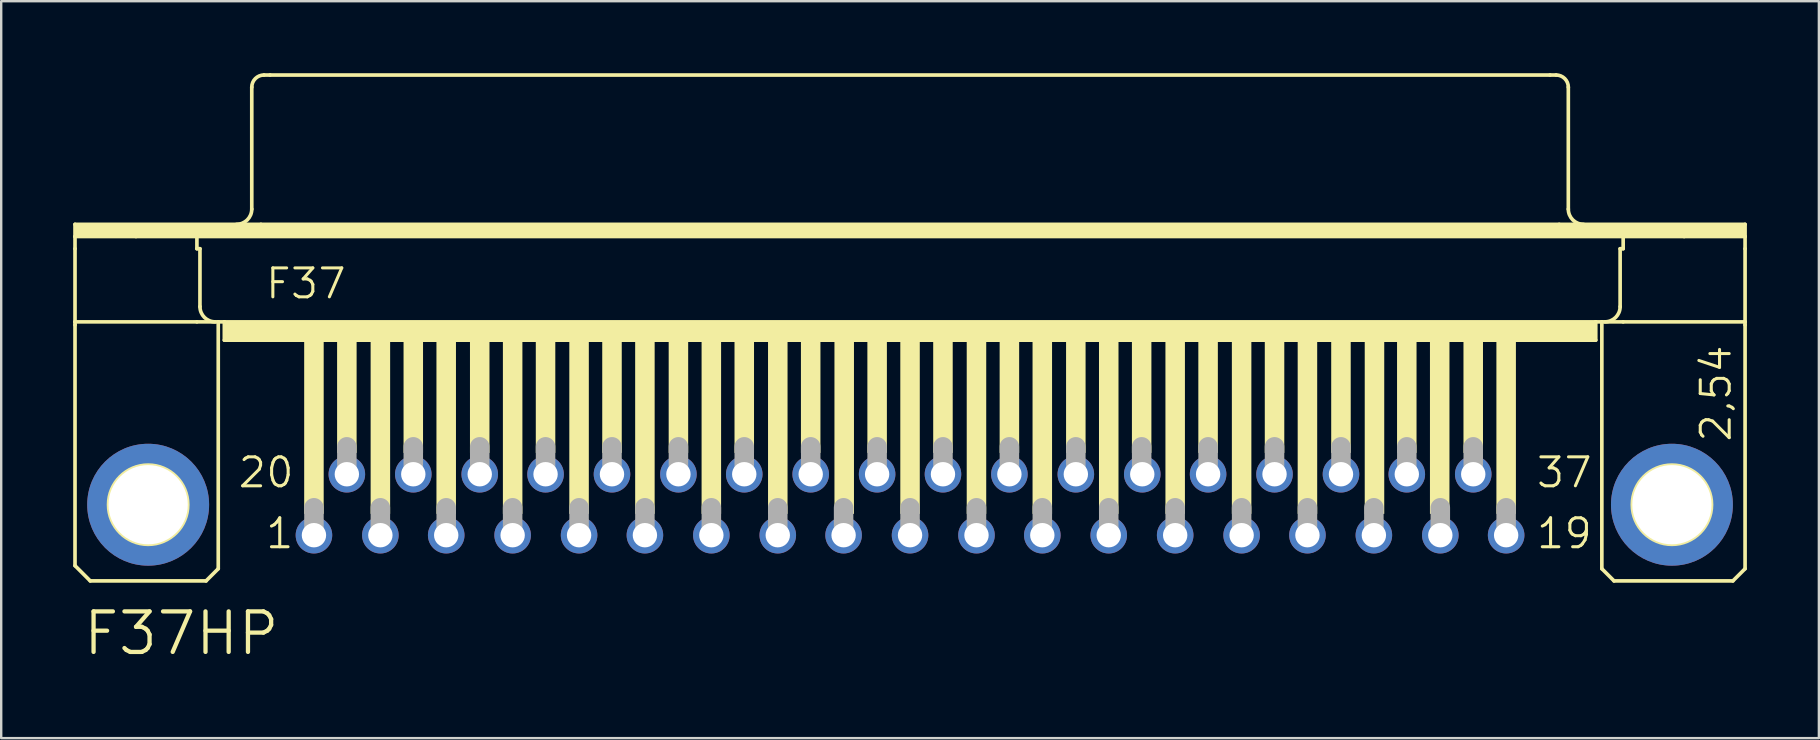
<source format=kicad_pcb>
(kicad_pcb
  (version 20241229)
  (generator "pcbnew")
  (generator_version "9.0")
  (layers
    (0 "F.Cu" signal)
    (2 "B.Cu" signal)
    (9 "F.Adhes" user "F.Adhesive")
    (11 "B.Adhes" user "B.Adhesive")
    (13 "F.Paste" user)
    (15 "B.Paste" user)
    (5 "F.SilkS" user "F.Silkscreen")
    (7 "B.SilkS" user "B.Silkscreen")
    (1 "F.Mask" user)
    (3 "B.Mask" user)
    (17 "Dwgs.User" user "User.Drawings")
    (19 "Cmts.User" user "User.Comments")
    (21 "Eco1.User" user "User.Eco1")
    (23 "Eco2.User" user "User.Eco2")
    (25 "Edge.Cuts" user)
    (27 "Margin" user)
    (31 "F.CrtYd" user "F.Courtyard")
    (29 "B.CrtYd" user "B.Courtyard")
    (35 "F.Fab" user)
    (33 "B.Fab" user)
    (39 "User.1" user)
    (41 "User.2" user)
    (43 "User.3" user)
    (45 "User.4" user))
  (footprint "F37HP"
    (layer "F.Cu")
    (at 34.874 17.983)
    (property "Reference" "F37HP" (at -34.544 6.35 0) (layer "F.SilkS") (effects (font (size 1.689 1.689) (thickness 0.178)) (justify left bottom)))
    (attr through_hole)
    (fp_line (start -34.798 -11.684) (end -27.051 -11.684) (stroke (width 0.152) (type solid)) (layer "F.SilkS"))
    (fp_line (start -34.798 -11.176) (end -34.798 -11.684) (stroke (width 0.152) (type solid)) (layer "F.SilkS"))
    (fp_line (start -34.798 -11.176) (end -32.258 -11.176) (stroke (width 0.152) (type solid)) (layer "F.SilkS"))
    (fp_line (start -34.798 -10.668) (end -34.798 -11.176) (stroke (width 0.152) (type solid)) (layer "F.SilkS"))
    (fp_line (start -34.798 -7.62) (end -34.798 -10.668) (stroke (width 0.152) (type solid)) (layer "F.SilkS"))
    (fp_line (start -34.798 -7.62) (end -34.798 -7.493) (stroke (width 0.152) (type solid)) (layer "F.SilkS"))
    (fp_line (start -34.798 -7.62) (end -29.718 -7.62) (stroke (width 0.152) (type solid)) (layer "F.SilkS"))
    (fp_line (start -34.798 2.54) (end -34.798 -7.493) (stroke (width 0.152) (type solid)) (layer "F.SilkS"))
    (fp_line (start -34.163 3.175) (end -34.798 2.54) (stroke (width 0.152) (type solid)) (layer "F.SilkS"))
    (fp_line (start -32.258 -11.176) (end -29.718 -11.176) (stroke (width 0.152) (type solid)) (layer "F.SilkS"))
    (fp_line (start -29.718 -11.176) (end 29.718 -11.176) (stroke (width 0.152) (type solid)) (layer "F.SilkS"))
    (fp_line (start -29.718 -10.668) (end -29.718 -11.176) (stroke (width 0.152) (type solid)) (layer "F.SilkS"))
    (fp_line (start -29.718 -10.668) (end -29.591 -10.668) (stroke (width 0.152) (type solid)) (layer "F.SilkS"))
    (fp_line (start -29.718 -7.62) (end -28.829 -7.62) (stroke (width 0.152) (type solid)) (layer "F.SilkS"))
    (fp_line (start -29.591 -8.255) (end -29.591 -10.668) (stroke (width 0.152) (type solid)) (layer "F.SilkS"))
    (fp_line (start -29.337 3.175) (end -34.163 3.175) (stroke (width 0.152) (type solid)) (layer "F.SilkS"))
    (fp_line (start -29.337 3.175) (end -28.829 2.667) (stroke (width 0.152) (type solid)) (layer "F.SilkS"))
    (fp_line (start -28.829 -7.62) (end -28.575 -7.62) (stroke (width 0.152) (type solid)) (layer "F.SilkS"))
    (fp_line (start -28.829 2.667) (end -28.829 -7.62) (stroke (width 0.152) (type solid)) (layer "F.SilkS"))
    (fp_line (start -28.575 -7.62) (end -28.575 -6.858) (stroke (width 0.152) (type solid)) (layer "F.SilkS"))
    (fp_line (start -28.575 -7.62) (end 28.575 -7.62) (stroke (width 0.152) (type solid)) (layer "F.SilkS"))
    (fp_line (start -28.575 -6.858) (end 28.575 -6.858) (stroke (width 0.152) (type solid)) (layer "F.SilkS"))
    (fp_line (start -27.432 -12.319) (end -27.432 -17.399) (stroke (width 0.152) (type solid)) (layer "F.SilkS"))
    (fp_line (start -27.051 -11.684) (end 27.051 -11.684) (stroke (width 0.152) (type solid)) (layer "F.SilkS"))
    (fp_line (start -26.924 -17.907) (end -26.67 -17.907) (stroke (width 0.152) (type solid)) (layer "F.SilkS"))
    (fp_line (start -26.67 -17.907) (end 26.67 -17.907) (stroke (width 0.152) (type solid)) (layer "F.SilkS"))
    (fp_line (start 26.67 -17.907) (end 26.924 -17.907) (stroke (width 0.152) (type solid)) (layer "F.SilkS"))
    (fp_line (start 27.051 -11.684) (end 34.798 -11.684) (stroke (width 0.152) (type solid)) (layer "F.SilkS"))
    (fp_line (start 27.432 -12.319) (end 27.432 -17.399) (stroke (width 0.152) (type solid)) (layer "F.SilkS"))
    (fp_line (start 28.575 -7.62) (end 28.575 -6.858) (stroke (width 0.152) (type solid)) (layer "F.SilkS"))
    (fp_line (start 28.575 -7.62) (end 28.829 -7.62) (stroke (width 0.152) (type solid)) (layer "F.SilkS"))
    (fp_line (start 28.829 -7.62) (end 29.718 -7.62) (stroke (width 0.152) (type solid)) (layer "F.SilkS"))
    (fp_line (start 28.829 2.667) (end 28.829 -7.62) (stroke (width 0.152) (type solid)) (layer "F.SilkS"))
    (fp_line (start 28.829 2.667) (end 29.337 3.175) (stroke (width 0.152) (type solid)) (layer "F.SilkS"))
    (fp_line (start 29.337 3.175) (end 34.29 3.175) (stroke (width 0.152) (type solid)) (layer "F.SilkS"))
    (fp_line (start 29.591 -10.668) (end 29.718 -10.668) (stroke (width 0.152) (type solid)) (layer "F.SilkS"))
    (fp_line (start 29.591 -8.255) (end 29.591 -10.668) (stroke (width 0.152) (type solid)) (layer "F.SilkS"))
    (fp_line (start 29.718 -11.176) (end 32.258 -11.176) (stroke (width 0.152) (type solid)) (layer "F.SilkS"))
    (fp_line (start 29.718 -10.668) (end 29.718 -11.176) (stroke (width 0.152) (type solid)) (layer "F.SilkS"))
    (fp_line (start 29.718 -7.62) (end 34.798 -7.62) (stroke (width 0.152) (type solid)) (layer "F.SilkS"))
    (fp_line (start 32.258 -11.176) (end 34.798 -11.176) (stroke (width 0.152) (type solid)) (layer "F.SilkS"))
    (fp_line (start 34.29 3.175) (end 34.798 2.667) (stroke (width 0.152) (type solid)) (layer "F.SilkS"))
    (fp_line (start 34.798 -11.684) (end 34.798 -11.176) (stroke (width 0.152) (type solid)) (layer "F.SilkS"))
    (fp_line (start 34.798 -11.176) (end 34.798 -10.668) (stroke (width 0.152) (type solid)) (layer "F.SilkS"))
    (fp_line (start 34.798 -10.668) (end 34.798 -7.62) (stroke (width 0.152) (type solid)) (layer "F.SilkS"))
    (fp_line (start 34.798 -7.62) (end 34.798 -7.493) (stroke (width 0.152) (type solid)) (layer "F.SilkS"))
    (fp_line (start 34.798 2.667) (end 34.798 -7.493) (stroke (width 0.152) (type solid)) (layer "F.SilkS"))
    (fp_arc (start -28.956 -7.62) (mid -29.405013 -7.805987) (end -29.591 -8.255) (stroke (width 0.1524) (type solid)) (layer "F.SilkS"))
    (fp_arc (start -27.432 -17.399) (mid -27.28321 -17.75821) (end -26.924 -17.907) (stroke (width 0.1524) (type solid)) (layer "F.SilkS"))
    (fp_arc (start -27.432 -12.319) (mid -27.617987 -11.869987) (end -28.067 -11.684) (stroke (width 0.1524) (type solid)) (layer "F.SilkS"))
    (fp_arc (start 26.924 -17.907) (mid 27.28321 -17.75821) (end 27.432 -17.399) (stroke (width 0.1524) (type solid)) (layer "F.SilkS"))
    (fp_arc (start 28.067 -11.684) (mid 27.617987 -11.869987) (end 27.432 -12.319) (stroke (width 0.1524) (type solid)) (layer "F.SilkS"))
    (fp_arc (start 29.591 -8.255) (mid 29.405013 -7.805987) (end 28.956 -7.62) (stroke (width 0.1524) (type solid)) (layer "F.SilkS"))
    (fp_circle (center -31.75 0) (end -30.099 0) (stroke (width 0.152) (type solid)) (fill no) (layer "F.SilkS"))
    (fp_circle (center 31.75 0) (end 33.401 0) (stroke (width 0.152) (type solid)) (fill no) (layer "F.SilkS"))
    (fp_poly (pts (xy -34.798 -11.176) (xy 34.798 -11.176) (xy 34.798 -11.684) (xy -34.798 -11.684)) (stroke (width 0) (type solid)) (fill yes) (layer "F.SilkS"))
    (fp_poly (pts (xy -28.575 -6.858) (xy 28.575 -6.858) (xy 28.575 -7.62) (xy -28.575 -7.62)) (stroke (width 0) (type solid)) (fill yes) (layer "F.SilkS"))
    (fp_poly (pts (xy -25.248 0.381) (xy -24.435 0.381) (xy -24.435 -6.858) (xy -25.248 -6.858)) (stroke (width 0) (type solid)) (fill yes) (layer "F.SilkS"))
    (fp_poly (pts (xy -23.876 -2.159) (xy -23.063 -2.159) (xy -23.063 -6.858) (xy -23.876 -6.858)) (stroke (width 0) (type solid)) (fill yes) (layer "F.SilkS"))
    (fp_poly (pts (xy -22.479 0.381) (xy -21.666 0.381) (xy -21.666 -6.858) (xy -22.479 -6.858)) (stroke (width 0) (type solid)) (fill yes) (layer "F.SilkS"))
    (fp_poly (pts (xy -21.107 -2.159) (xy -20.295 -2.159) (xy -20.295 -6.858) (xy -21.107 -6.858)) (stroke (width 0) (type solid)) (fill yes) (layer "F.SilkS"))
    (fp_poly (pts (xy -19.736 0.381) (xy -18.923 0.381) (xy -18.923 -6.858) (xy -19.736 -6.858)) (stroke (width 0) (type solid)) (fill yes) (layer "F.SilkS"))
    (fp_poly (pts (xy -18.339 -2.159) (xy -17.526 -2.159) (xy -17.526 -6.858) (xy -18.339 -6.858)) (stroke (width 0) (type solid)) (fill yes) (layer "F.SilkS"))
    (fp_poly (pts (xy -16.967 0.381) (xy -16.154 0.381) (xy -16.154 -6.858) (xy -16.967 -6.858)) (stroke (width 0) (type solid)) (fill yes) (layer "F.SilkS"))
    (fp_poly (pts (xy -15.596 -2.159) (xy -14.783 -2.159) (xy -14.783 -6.858) (xy -15.596 -6.858)) (stroke (width 0) (type solid)) (fill yes) (layer "F.SilkS"))
    (fp_poly (pts (xy -14.199 0.381) (xy -13.386 0.381) (xy -13.386 -6.858) (xy -14.199 -6.858)) (stroke (width 0) (type solid)) (fill yes) (layer "F.SilkS"))
    (fp_poly (pts (xy -12.827 -2.159) (xy -12.014 -2.159) (xy -12.014 -6.858) (xy -12.827 -6.858)) (stroke (width 0) (type solid)) (fill yes) (layer "F.SilkS"))
    (fp_poly (pts (xy -11.455 0.381) (xy -10.643 0.381) (xy -10.643 -6.858) (xy -11.455 -6.858)) (stroke (width 0) (type solid)) (fill yes) (layer "F.SilkS"))
    (fp_poly (pts (xy -10.058 -2.159) (xy -9.246 -2.159) (xy -9.246 -6.858) (xy -10.058 -6.858)) (stroke (width 0) (type solid)) (fill yes) (layer "F.SilkS"))
    (fp_poly (pts (xy -8.687 0.381) (xy -7.874 0.381) (xy -7.874 -6.858) (xy -8.687 -6.858)) (stroke (width 0) (type solid)) (fill yes) (layer "F.SilkS"))
    (fp_poly (pts (xy -7.315 -2.159) (xy -6.502 -2.159) (xy -6.502 -6.858) (xy -7.315 -6.858)) (stroke (width 0) (type solid)) (fill yes) (layer "F.SilkS"))
    (fp_poly (pts (xy -5.918 0.381) (xy -5.105 0.381) (xy -5.105 -6.858) (xy -5.918 -6.858)) (stroke (width 0) (type solid)) (fill yes) (layer "F.SilkS"))
    (fp_poly (pts (xy -4.547 -2.159) (xy -3.734 -2.159) (xy -3.734 -6.858) (xy -4.547 -6.858)) (stroke (width 0) (type solid)) (fill yes) (layer "F.SilkS"))
    (fp_poly (pts (xy -3.15 0.381) (xy -2.337 0.381) (xy -2.337 -6.858) (xy -3.15 -6.858)) (stroke (width 0) (type solid)) (fill yes) (layer "F.SilkS"))
    (fp_poly (pts (xy -1.778 -2.159) (xy -0.965 -2.159) (xy -0.965 -6.858) (xy -1.778 -6.858)) (stroke (width 0) (type solid)) (fill yes) (layer "F.SilkS"))
    (fp_poly (pts (xy -0.406 0.381) (xy 0.406 0.381) (xy 0.406 -6.858) (xy -0.406 -6.858)) (stroke (width 0) (type solid)) (fill yes) (layer "F.SilkS"))
    (fp_poly (pts (xy 0.965 -2.159) (xy 1.778 -2.159) (xy 1.778 -6.858) (xy 0.965 -6.858)) (stroke (width 0) (type solid)) (fill yes) (layer "F.SilkS"))
    (fp_poly (pts (xy 2.362 0.381) (xy 3.175 0.381) (xy 3.175 -6.858) (xy 2.362 -6.858)) (stroke (width 0) (type solid)) (fill yes) (layer "F.SilkS"))
    (fp_poly (pts (xy 3.734 -2.159) (xy 4.547 -2.159) (xy 4.547 -6.858) (xy 3.734 -6.858)) (stroke (width 0) (type solid)) (fill yes) (layer "F.SilkS"))
    (fp_poly (pts (xy 5.105 0.381) (xy 5.918 0.381) (xy 5.918 -6.858) (xy 5.105 -6.858)) (stroke (width 0) (type solid)) (fill yes) (layer "F.SilkS"))
    (fp_poly (pts (xy 6.502 -2.159) (xy 7.315 -2.159) (xy 7.315 -6.858) (xy 6.502 -6.858)) (stroke (width 0) (type solid)) (fill yes) (layer "F.SilkS"))
    (fp_poly (pts (xy 7.874 0.381) (xy 8.687 0.381) (xy 8.687 -6.858) (xy 7.874 -6.858)) (stroke (width 0) (type solid)) (fill yes) (layer "F.SilkS"))
    (fp_poly (pts (xy 9.246 -2.159) (xy 10.058 -2.159) (xy 10.058 -6.858) (xy 9.246 -6.858)) (stroke (width 0) (type solid)) (fill yes) (layer "F.SilkS"))
    (fp_poly (pts (xy 10.643 0.381) (xy 11.455 0.381) (xy 11.455 -6.858) (xy 10.643 -6.858)) (stroke (width 0) (type solid)) (fill yes) (layer "F.SilkS"))
    (fp_poly (pts (xy 12.014 -2.159) (xy 12.827 -2.159) (xy 12.827 -6.858) (xy 12.014 -6.858)) (stroke (width 0) (type solid)) (fill yes) (layer "F.SilkS"))
    (fp_poly (pts (xy 13.411 0.381) (xy 14.224 0.381) (xy 14.224 -6.858) (xy 13.411 -6.858)) (stroke (width 0) (type solid)) (fill yes) (layer "F.SilkS"))
    (fp_poly (pts (xy 14.783 -2.159) (xy 15.596 -2.159) (xy 15.596 -6.858) (xy 14.783 -6.858)) (stroke (width 0) (type solid)) (fill yes) (layer "F.SilkS"))
    (fp_poly (pts (xy 16.154 0.381) (xy 16.967 0.381) (xy 16.967 -6.858) (xy 16.154 -6.858)) (stroke (width 0) (type solid)) (fill yes) (layer "F.SilkS"))
    (fp_poly (pts (xy 17.551 -2.159) (xy 18.364 -2.159) (xy 18.364 -6.858) (xy 17.551 -6.858)) (stroke (width 0) (type solid)) (fill yes) (layer "F.SilkS"))
    (fp_poly (pts (xy 18.948 0.381) (xy 19.761 0.381) (xy 19.761 -6.858) (xy 18.948 -6.858)) (stroke (width 0) (type solid)) (fill yes) (layer "F.SilkS"))
    (fp_poly (pts (xy 20.295 -2.159) (xy 21.107 -2.159) (xy 21.107 -6.858) (xy 20.295 -6.858)) (stroke (width 0) (type solid)) (fill yes) (layer "F.SilkS"))
    (fp_poly (pts (xy 21.666 0.381) (xy 22.479 0.381) (xy 22.479 -6.858) (xy 21.666 -6.858)) (stroke (width 0) (type solid)) (fill yes) (layer "F.SilkS"))
    (fp_poly (pts (xy 23.063 -2.159) (xy 23.876 -2.159) (xy 23.876 -6.858) (xy 23.063 -6.858)) (stroke (width 0) (type solid)) (fill yes) (layer "F.SilkS"))
    (fp_poly (pts (xy 24.435 0.381) (xy 25.248 0.381) (xy 25.248 -6.858) (xy 24.435 -6.858)) (stroke (width 0) (type solid)) (fill yes) (layer "F.SilkS"))
    (fp_line (start -24.841 1.143) (end -24.841 0.127) (stroke (width 0.813) (type solid)) (layer "F.Fab"))
    (fp_line (start -23.47 -1.397) (end -23.47 -2.413) (stroke (width 0.813) (type solid)) (layer "F.Fab"))
    (fp_line (start -22.073 1.143) (end -22.073 0.127) (stroke (width 0.813) (type solid)) (layer "F.Fab"))
    (fp_line (start -20.701 -1.397) (end -20.701 -2.413) (stroke (width 0.813) (type solid)) (layer "F.Fab"))
    (fp_line (start -19.329 1.143) (end -19.329 0.127) (stroke (width 0.813) (type solid)) (layer "F.Fab"))
    (fp_line (start -17.932 -1.397) (end -17.932 -2.413) (stroke (width 0.813) (type solid)) (layer "F.Fab"))
    (fp_line (start -16.561 1.143) (end -16.561 0.127) (stroke (width 0.813) (type solid)) (layer "F.Fab"))
    (fp_line (start -15.189 -1.397) (end -15.189 -2.413) (stroke (width 0.813) (type solid)) (layer "F.Fab"))
    (fp_line (start -13.792 1.143) (end -13.792 0.127) (stroke (width 0.813) (type solid)) (layer "F.Fab"))
    (fp_line (start -12.421 -1.397) (end -12.421 -2.413) (stroke (width 0.813) (type solid)) (layer "F.Fab"))
    (fp_line (start -11.049 1.143) (end -11.049 0.127) (stroke (width 0.813) (type solid)) (layer "F.Fab"))
    (fp_line (start -9.652 -1.397) (end -9.652 -2.413) (stroke (width 0.813) (type solid)) (layer "F.Fab"))
    (fp_line (start -8.28 1.143) (end -8.28 0.127) (stroke (width 0.813) (type solid)) (layer "F.Fab"))
    (fp_line (start -6.909 -1.397) (end -6.909 -2.413) (stroke (width 0.813) (type solid)) (layer "F.Fab"))
    (fp_line (start -5.512 1.143) (end -5.512 0.127) (stroke (width 0.813) (type solid)) (layer "F.Fab"))
    (fp_line (start -4.14 -1.397) (end -4.14 -2.413) (stroke (width 0.813) (type solid)) (layer "F.Fab"))
    (fp_line (start -2.769 1.143) (end -2.769 0.127) (stroke (width 0.813) (type solid)) (layer "F.Fab"))
    (fp_line (start -1.372 -1.397) (end -1.372 -2.413) (stroke (width 0.813) (type solid)) (layer "F.Fab"))
    (fp_line (start 0 1.143) (end 0 0.127) (stroke (width 0.813) (type solid)) (layer "F.Fab"))
    (fp_line (start 1.372 -1.397) (end 1.372 -2.413) (stroke (width 0.813) (type solid)) (layer "F.Fab"))
    (fp_line (start 2.769 1.143) (end 2.769 0.127) (stroke (width 0.813) (type solid)) (layer "F.Fab"))
    (fp_line (start 4.14 -1.397) (end 4.14 -2.413) (stroke (width 0.813) (type solid)) (layer "F.Fab"))
    (fp_line (start 5.512 1.143) (end 5.512 0.127) (stroke (width 0.813) (type solid)) (layer "F.Fab"))
    (fp_line (start 6.909 -1.397) (end 6.909 -2.413) (stroke (width 0.813) (type solid)) (layer "F.Fab"))
    (fp_line (start 8.28 1.143) (end 8.28 0.127) (stroke (width 0.813) (type solid)) (layer "F.Fab"))
    (fp_line (start 9.652 -1.397) (end 9.652 -2.413) (stroke (width 0.813) (type solid)) (layer "F.Fab"))
    (fp_line (start 11.049 1.143) (end 11.049 0.127) (stroke (width 0.813) (type solid)) (layer "F.Fab"))
    (fp_line (start 12.421 -1.397) (end 12.421 -2.413) (stroke (width 0.813) (type solid)) (layer "F.Fab"))
    (fp_line (start 13.818 1.143) (end 13.818 0.127) (stroke (width 0.813) (type solid)) (layer "F.Fab"))
    (fp_line (start 15.189 -1.397) (end 15.189 -2.413) (stroke (width 0.813) (type solid)) (layer "F.Fab"))
    (fp_line (start 16.561 1.143) (end 16.561 0.127) (stroke (width 0.813) (type solid)) (layer "F.Fab"))
    (fp_line (start 17.958 -1.397) (end 17.958 -2.413) (stroke (width 0.813) (type solid)) (layer "F.Fab"))
    (fp_line (start 19.329 1.143) (end 19.329 0.127) (stroke (width 0.813) (type solid)) (layer "F.Fab"))
    (fp_line (start 20.701 -1.397) (end 20.701 -2.413) (stroke (width 0.813) (type solid)) (layer "F.Fab"))
    (fp_line (start 22.098 1.143) (end 22.098 0.127) (stroke (width 0.813) (type solid)) (layer "F.Fab"))
    (fp_line (start 23.47 -1.397) (end 23.47 -2.413) (stroke (width 0.813) (type solid)) (layer "F.Fab"))
    (fp_line (start 24.841 1.143) (end 24.841 0.127) (stroke (width 0.813) (type solid)) (layer "F.Fab"))
    (fp_text user "19" (at 26.035 1.905 0) (layer "F.SilkS") (effects (font (size 1.206 1.206) (thickness 0.127)) (justify left bottom)))
    (fp_text user "1" (at -26.924 1.905 0) (layer "F.SilkS") (effects (font (size 1.206 1.206) (thickness 0.127)) (justify left bottom)))
    (fp_text user "37" (at 26.035 -0.635 0) (layer "F.SilkS") (effects (font (size 1.206 1.206) (thickness 0.127)) (justify left bottom)))
    (fp_text user "20" (at -28.067 -0.635 0) (layer "F.SilkS") (effects (font (size 1.206 1.206) (thickness 0.127)) (justify left bottom)))
    (fp_text user "2,54" (at 34.29 -2.54 90) (layer "F.SilkS") (effects (font (size 1.206 1.206) (thickness 0.127)) (justify left bottom)))
    (fp_text user "F37" (at -26.924 -8.509 0) (layer "F.SilkS") (effects (font (size 1.206 1.206) (thickness 0.127)) (justify left bottom)))
    (pad "1" thru_hole circle (at -24.841 1.27) (size 1.524 1.524) (drill 1.016) (layers "*.Cu" "*.Mask"))
    (pad "2" thru_hole circle (at -22.073 1.27) (size 1.524 1.524) (drill 1.016) (layers "*.Cu" "*.Mask"))
    (pad "3" thru_hole circle (at -19.329 1.27) (size 1.524 1.524) (drill 1.016) (layers "*.Cu" "*.Mask"))
    (pad "4" thru_hole circle (at -16.561 1.27) (size 1.524 1.524) (drill 1.016) (layers "*.Cu" "*.Mask"))
    (pad "5" thru_hole circle (at -13.792 1.27) (size 1.524 1.524) (drill 1.016) (layers "*.Cu" "*.Mask"))
    (pad "6" thru_hole circle (at -11.049 1.27) (size 1.524 1.524) (drill 1.016) (layers "*.Cu" "*.Mask"))
    (pad "7" thru_hole circle (at -8.28 1.27) (size 1.524 1.524) (drill 1.016) (layers "*.Cu" "*.Mask"))
    (pad "8" thru_hole circle (at -5.512 1.27) (size 1.524 1.524) (drill 1.016) (layers "*.Cu" "*.Mask"))
    (pad "9" thru_hole circle (at -2.769 1.27) (size 1.524 1.524) (drill 1.016) (layers "*.Cu" "*.Mask"))
    (pad "10" thru_hole circle (at 0 1.27) (size 1.524 1.524) (drill 1.016) (layers "*.Cu" "*.Mask"))
    (pad "11" thru_hole circle (at 2.769 1.27) (size 1.524 1.524) (drill 1.016) (layers "*.Cu" "*.Mask"))
    (pad "12" thru_hole circle (at 5.512 1.27) (size 1.524 1.524) (drill 1.016) (layers "*.Cu" "*.Mask"))
    (pad "13" thru_hole circle (at 8.28 1.27) (size 1.524 1.524) (drill 1.016) (layers "*.Cu" "*.Mask"))
    (pad "14" thru_hole circle (at 11.049 1.27) (size 1.524 1.524) (drill 1.016) (layers "*.Cu" "*.Mask"))
    (pad "15" thru_hole circle (at 13.818 1.27) (size 1.524 1.524) (drill 1.016) (layers "*.Cu" "*.Mask"))
    (pad "16" thru_hole circle (at 16.561 1.27) (size 1.524 1.524) (drill 1.016) (layers "*.Cu" "*.Mask"))
    (pad "17" thru_hole circle (at 19.329 1.27) (size 1.524 1.524) (drill 1.016) (layers "*.Cu" "*.Mask"))
    (pad "18" thru_hole circle (at 22.098 1.27) (size 1.524 1.524) (drill 1.016) (layers "*.Cu" "*.Mask"))
    (pad "19" thru_hole circle (at 24.841 1.27) (size 1.524 1.524) (drill 1.016) (layers "*.Cu" "*.Mask"))
    (pad "20" thru_hole circle (at -23.47 -1.27) (size 1.524 1.524) (drill 1.016) (layers "*.Cu" "*.Mask"))
    (pad "21" thru_hole circle (at -20.701 -1.27) (size 1.524 1.524) (drill 1.016) (layers "*.Cu" "*.Mask"))
    (pad "22" thru_hole circle (at -17.932 -1.27) (size 1.524 1.524) (drill 1.016) (layers "*.Cu" "*.Mask"))
    (pad "23" thru_hole circle (at -15.189 -1.27) (size 1.524 1.524) (drill 1.016) (layers "*.Cu" "*.Mask"))
    (pad "24" thru_hole circle (at -12.421 -1.27) (size 1.524 1.524) (drill 1.016) (layers "*.Cu" "*.Mask"))
    (pad "25" thru_hole circle (at -9.652 -1.27) (size 1.524 1.524) (drill 1.016) (layers "*.Cu" "*.Mask"))
    (pad "26" thru_hole circle (at -6.909 -1.27) (size 1.524 1.524) (drill 1.016) (layers "*.Cu" "*.Mask"))
    (pad "27" thru_hole circle (at -4.14 -1.27) (size 1.524 1.524) (drill 1.016) (layers "*.Cu" "*.Mask"))
    (pad "28" thru_hole circle (at -1.372 -1.27) (size 1.524 1.524) (drill 1.016) (layers "*.Cu" "*.Mask"))
    (pad "29" thru_hole circle (at 1.372 -1.27) (size 1.524 1.524) (drill 1.016) (layers "*.Cu" "*.Mask"))
    (pad "30" thru_hole circle (at 4.14 -1.27) (size 1.524 1.524) (drill 1.016) (layers "*.Cu" "*.Mask"))
    (pad "31" thru_hole circle (at 6.909 -1.27) (size 1.524 1.524) (drill 1.016) (layers "*.Cu" "*.Mask"))
    (pad "32" thru_hole circle (at 9.677 -1.27) (size 1.524 1.524) (drill 1.016) (layers "*.Cu" "*.Mask"))
    (pad "33" thru_hole circle (at 12.421 -1.27) (size 1.524 1.524) (drill 1.016) (layers "*.Cu" "*.Mask"))
    (pad "34" thru_hole circle (at 15.189 -1.27) (size 1.524 1.524) (drill 1.016) (layers "*.Cu" "*.Mask"))
    (pad "35" thru_hole circle (at 17.958 -1.27) (size 1.524 1.524) (drill 1.016) (layers "*.Cu" "*.Mask"))
    (pad "36" thru_hole circle (at 20.701 -1.27) (size 1.524 1.524) (drill 1.016) (layers "*.Cu" "*.Mask"))
    (pad "37" thru_hole circle (at 23.47 -1.27) (size 1.524 1.524) (drill 1.016) (layers "*.Cu" "*.Mask"))
    (pad "G1" thru_hole circle (at -31.75 0) (size 5.08 5.08) (drill 3.302) (layers "*.Cu" "*.Mask"))
    (pad "G2" thru_hole circle (at 31.75 0) (size 5.08 5.08) (drill 3.302) (layers "*.Cu" "*.Mask")))
  (gr_rect
    (start -3 -3)
    (end 72.748 27.711)
    (stroke (width 0.1) (type default))
    (fill no)
    (layer "Edge.Cuts")))
</source>
